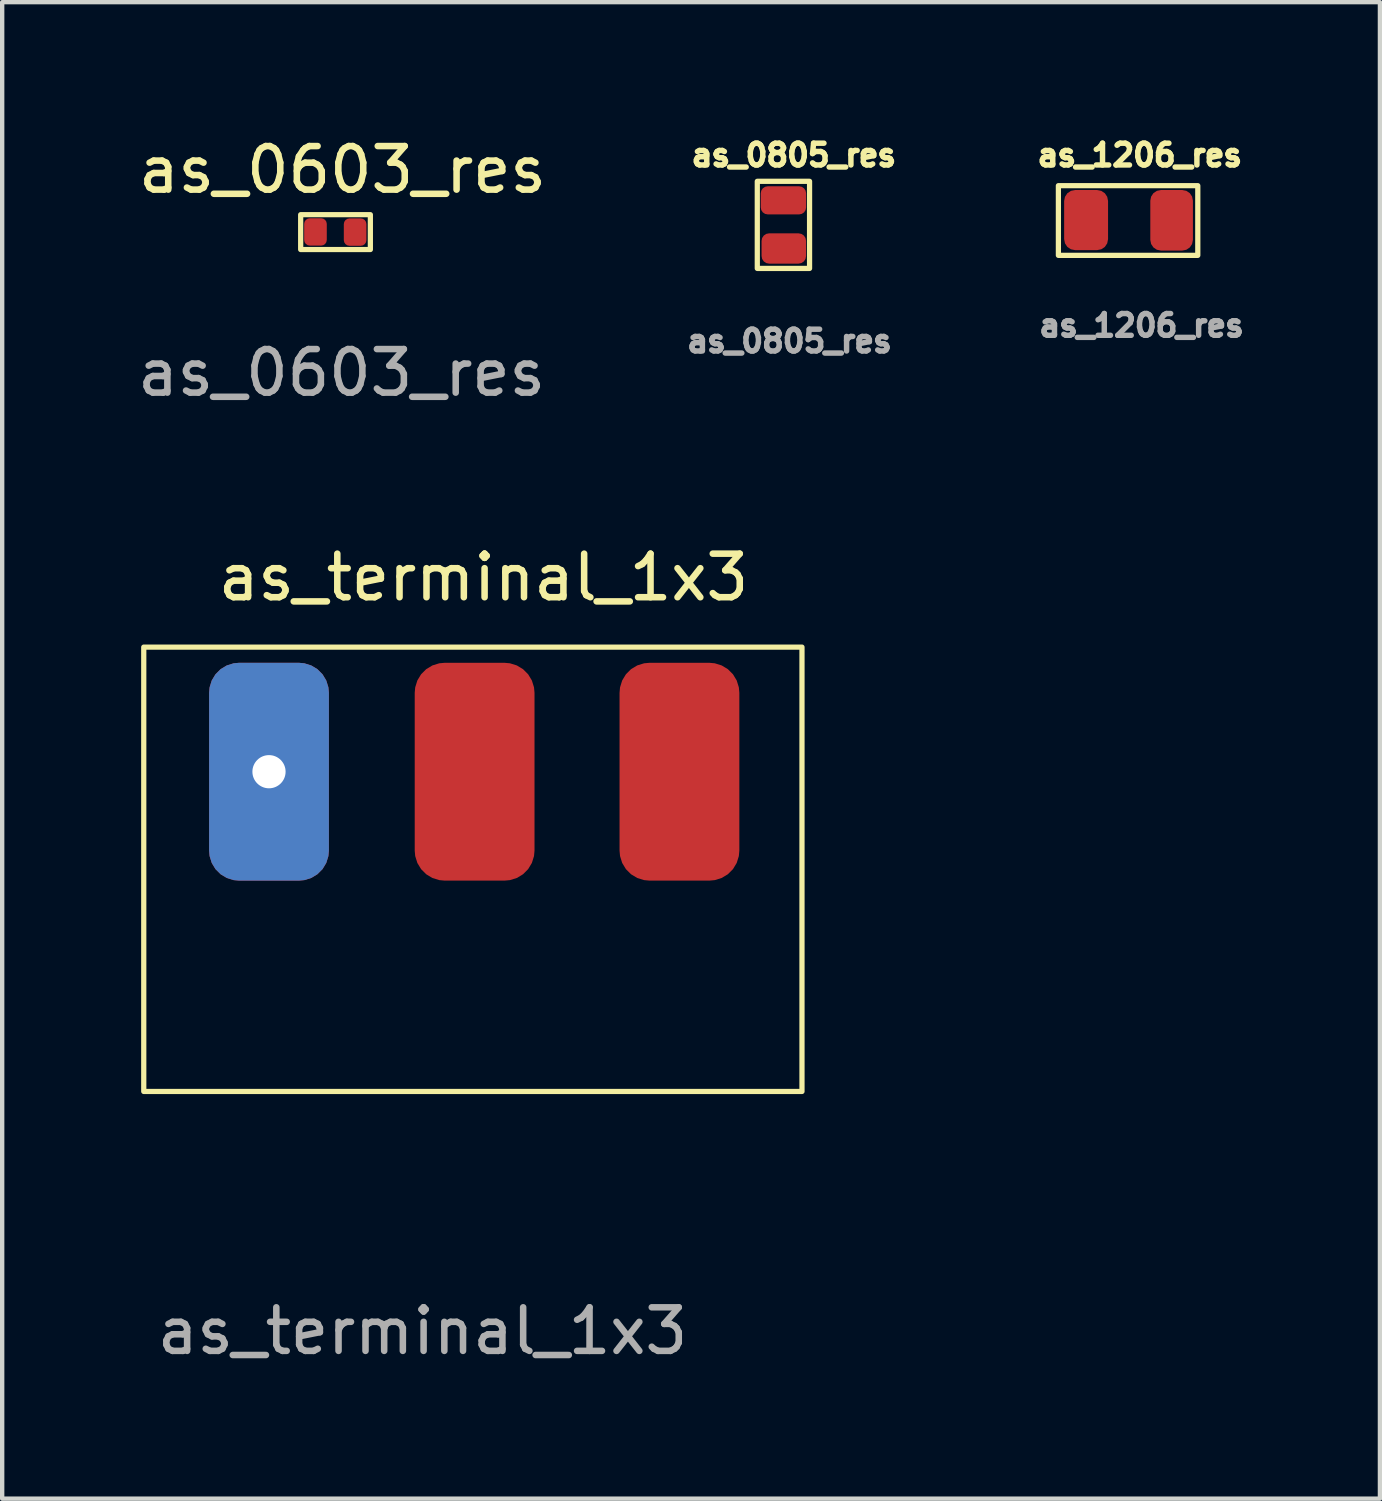
<source format=kicad_pcb>
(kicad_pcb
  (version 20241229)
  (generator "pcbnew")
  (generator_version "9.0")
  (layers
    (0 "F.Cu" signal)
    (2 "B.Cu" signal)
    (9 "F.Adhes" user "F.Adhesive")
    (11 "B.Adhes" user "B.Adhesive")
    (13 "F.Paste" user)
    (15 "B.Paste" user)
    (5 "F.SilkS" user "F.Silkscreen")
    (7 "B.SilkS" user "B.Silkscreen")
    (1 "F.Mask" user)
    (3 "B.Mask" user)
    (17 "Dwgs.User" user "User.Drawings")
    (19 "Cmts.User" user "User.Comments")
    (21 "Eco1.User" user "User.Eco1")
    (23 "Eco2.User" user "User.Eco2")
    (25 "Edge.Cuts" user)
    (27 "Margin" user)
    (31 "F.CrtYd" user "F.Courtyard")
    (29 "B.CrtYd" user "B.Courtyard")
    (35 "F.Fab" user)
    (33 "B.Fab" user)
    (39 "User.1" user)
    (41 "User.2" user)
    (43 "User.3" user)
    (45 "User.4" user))
  (footprint "as_0603_res"
    (layer "F.Cu")
    (at 3.852 1.878)
    (property "Reference" "as_0603_res" (at 0.96 -1.03 0) (unlocked yes) (layer "F.SilkS") (effects (font (size 1 1) (thickness 0.15))))
    (attr smd)
    (fp_rect (start 0 0) (end 1.6 0.8) (stroke (width 0.12) (type solid)) (fill no) (layer "F.SilkS"))
    (fp_text user "${REFERENCE}" (at 0.94 3.63 0) (unlocked yes) (layer "F.Fab") (effects (font (size 1 1) (thickness 0.15))))
    (pad "1" smd roundrect (at 0.34 0.396 90) (size 0.628 0.519) (layers "F.Cu" "F.Mask" "F.Paste") (roundrect_rratio 0.25))
    (pad "2" smd roundrect (at 1.25 0.4 90) (size 0.628 0.519) (layers "F.Cu" "F.Mask" "F.Paste") (roundrect_rratio 0.25)))
  (footprint "as_0805_res"
    (layer "F.Cu")
    (at 14.334 1.112)
    (property "Reference" "as_0805_res" (at 0.84 -0.6 0) (unlocked yes) (layer "F.SilkS") (effects (font (size 0.5 0.5) (thickness 0.125))))
    (attr smd)
    (fp_rect (start 0 0) (end 1.2 2) (stroke (width 0.12) (type solid)) (fill no) (layer "F.SilkS"))
    (fp_text user "${REFERENCE}" (at 0.74 3.67 0) (unlocked yes) (layer "F.Fab") (effects (font (size 0.5 0.5) (thickness 0.125))))
    (pad "1" smd roundrect (at 0.6 0.437) (size 1.042 0.646) (layers "F.Cu" "F.Mask" "F.Paste") (roundrect_rratio 0.25))
    (pad "2" smd roundrect (at 0.609 1.542) (size 1.022 0.696) (layers "F.Cu" "F.Mask" "F.Paste") (roundrect_rratio 0.25)))
  (footprint "as_1206_res"
    (layer "F.Cu")
    (at 21.246 1.212)
    (property "Reference" "as_1206_res" (at 1.87 -0.7 0) (unlocked yes) (layer "F.SilkS") (effects (font (size 0.5 0.5) (thickness 0.125))))
    (attr smd)
    (fp_rect (start 0 0) (end 3.2 1.6) (stroke (width 0.12) (type solid)) (fill no) (layer "F.SilkS"))
    (fp_text user "${REFERENCE}" (at 1.91 3.21 0) (unlocked yes) (layer "F.Fab") (effects (font (size 0.5 0.5) (thickness 0.125))))
    (pad "1" smd roundrect (at 0.636 0.79 90) (size 1.38 1.008) (layers "F.Cu" "F.Mask" "F.Paste") (roundrect_rratio 0.25))
    (pad "2" smd roundrect (at 2.599 0.795 90) (size 1.39 0.978) (layers "F.Cu" "F.Mask" "F.Paste") (roundrect_rratio 0.25)))
  (footprint "as_terminal_1x3"
    (layer "F.Cu")
    (at 0.25 11.805)
    (property "Reference" "as_terminal_1x3" (at 7.8 -1.6 0) (unlocked yes) (layer "F.SilkS") (effects (font (size 1 1) (thickness 0.15))))
    (attr smd)
    (fp_rect (start 0 0) (end 15.11 10.2) (stroke (width 0.12) (type solid)) (fill no) (layer "F.SilkS"))
    (fp_text user "${REFERENCE}" (at 6.4 15.7 0) (unlocked yes) (layer "F.Fab") (effects (font (size 1 1) (thickness 0.15))))
    (pad "1" thru_hole roundrect (at 2.875 2.86 90) (size 5 2.75) (drill 0.762) (layers "*.Cu" "*.Mask") (roundrect_rratio 0.25))
    (pad "2" smd roundrect (at 7.595 2.86 90) (size 5 2.75) (layers "F.Cu" "F.Mask" "F.Paste") (roundrect_rratio 0.25))
    (pad "3" smd roundrect (at 12.297 2.86 90) (size 5 2.75) (layers "F.Cu" "F.Mask" "F.Paste") (roundrect_rratio 0.25)))
  (gr_rect
    (start -3 -3)
    (end 28.627 31.353)
    (stroke (width 0.1) (type default))
    (fill no)
    (layer "Edge.Cuts")))
</source>
